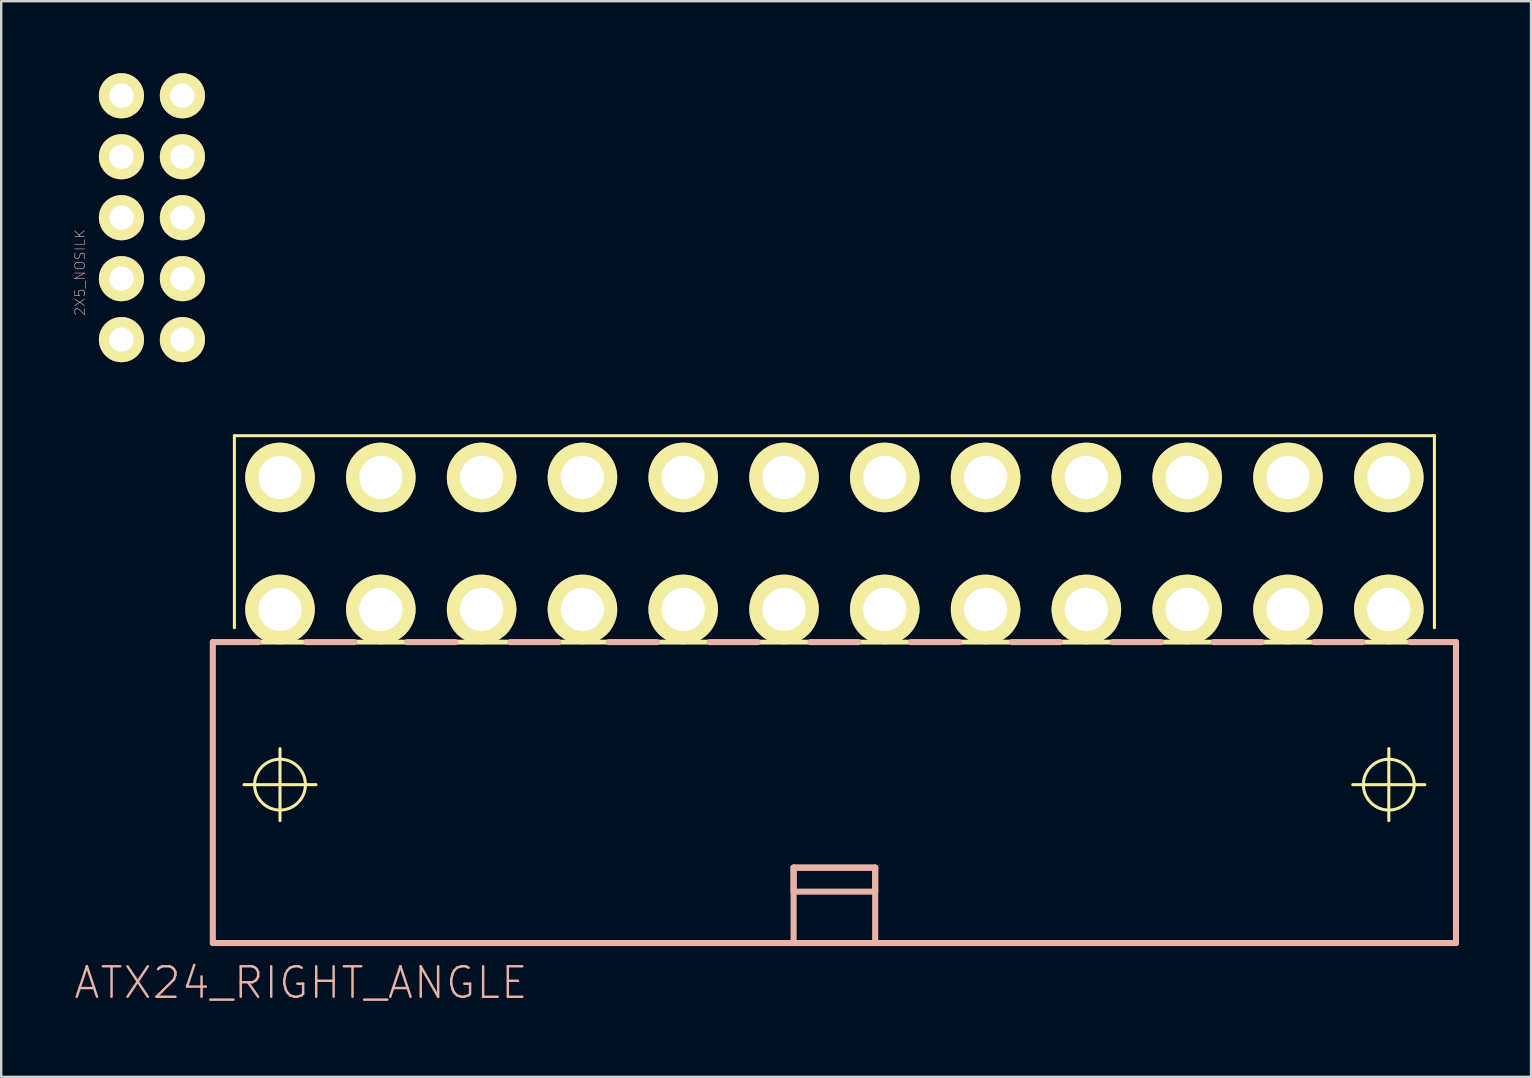
<source format=kicad_pcb>
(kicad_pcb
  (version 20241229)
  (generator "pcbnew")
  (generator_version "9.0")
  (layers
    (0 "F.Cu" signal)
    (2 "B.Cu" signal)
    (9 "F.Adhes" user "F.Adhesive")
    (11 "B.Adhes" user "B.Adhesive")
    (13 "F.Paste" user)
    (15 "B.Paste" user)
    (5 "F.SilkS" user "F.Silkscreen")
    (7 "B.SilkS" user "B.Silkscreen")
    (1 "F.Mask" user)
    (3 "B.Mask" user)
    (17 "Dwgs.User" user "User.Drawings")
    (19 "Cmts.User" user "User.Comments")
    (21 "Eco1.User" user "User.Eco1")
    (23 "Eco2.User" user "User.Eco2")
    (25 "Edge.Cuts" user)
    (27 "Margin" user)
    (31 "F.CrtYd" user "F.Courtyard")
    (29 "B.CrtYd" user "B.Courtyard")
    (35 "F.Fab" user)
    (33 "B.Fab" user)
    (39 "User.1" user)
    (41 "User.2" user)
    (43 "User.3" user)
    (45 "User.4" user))
  (footprint "ATX24_RIGHT_ANGLE"
    (layer "F.Cu")
    (at 31.715 27.102)
    (property "Reference" "ATX24_RIGHT_ANGLE" (at -22.225 10.795 0) (layer "B.SilkS") (effects (font (size 1.27 1.27) (thickness 0.102))))
    (attr exclude_from_pos_files exclude_from_bom)
    (fp_line (start -24.999 -11.999) (end 24.999 -11.999) (stroke (width 0.127) (type solid)) (layer "F.SilkS"))
    (fp_line (start -24.999 -3.998) (end -24.999 -11.999) (stroke (width 0.127) (type solid)) (layer "F.SilkS"))
    (fp_line (start -24.6 2.54) (end -21.598 2.54) (stroke (width 0.127) (type solid)) (layer "F.SilkS"))
    (fp_line (start -23.099 4.039) (end -23.099 1.039) (stroke (width 0.127) (type solid)) (layer "F.SilkS"))
    (fp_line (start 21.598 2.54) (end 24.6 2.54) (stroke (width 0.127) (type solid)) (layer "F.SilkS"))
    (fp_line (start 23.099 4.039) (end 23.099 1.039) (stroke (width 0.127) (type solid)) (layer "F.SilkS"))
    (fp_line (start 24.999 -11.999) (end 24.999 -3.998) (stroke (width 0.127) (type solid)) (layer "F.SilkS"))
    (fp_line (start 25.898 -3.399) (end -25.898 -3.399) (stroke (width 0.203) (type solid)) (layer "F.SilkS"))
    (fp_circle (center -23.099 2.54) (end -23.848 3.289) (stroke (width 0.127) (type solid)) (fill no) (layer "F.SilkS"))
    (fp_circle (center 23.099 2.54) (end 23.848 3.289) (stroke (width 0.127) (type solid)) (fill no) (layer "F.SilkS"))
    (fp_line (start -25.898 -3.399) (end -25.898 9.139) (stroke (width 0.254) (type solid)) (layer "B.SilkS"))
    (fp_line (start -25.898 -3.399) (end -23.998 -3.399) (stroke (width 0.254) (type solid)) (layer "B.SilkS"))
    (fp_line (start -25.898 9.139) (end 25.898 9.139) (stroke (width 0.254) (type solid)) (layer "B.SilkS"))
    (fp_line (start -20 -3.399) (end -21.999 -3.399) (stroke (width 0.254) (type solid)) (layer "B.SilkS"))
    (fp_line (start -15.799 -3.399) (end -17.798 -3.399) (stroke (width 0.254) (type solid)) (layer "B.SilkS"))
    (fp_line (start -11.499 -3.399) (end -13.498 -3.399) (stroke (width 0.254) (type solid)) (layer "B.SilkS"))
    (fp_line (start -7.399 -3.399) (end -9.398 -3.399) (stroke (width 0.254) (type solid)) (layer "B.SilkS"))
    (fp_line (start -3.198 -3.399) (end -5.199 -3.399) (stroke (width 0.254) (type solid)) (layer "B.SilkS"))
    (fp_line (start -1.699 5.999) (end -1.699 6.998) (stroke (width 0.254) (type solid)) (layer "B.SilkS"))
    (fp_line (start -1.699 5.999) (end 1.699 5.999) (stroke (width 0.254) (type solid)) (layer "B.SilkS"))
    (fp_line (start -1.699 6.998) (end 1.699 6.998) (stroke (width 0.254) (type solid)) (layer "B.SilkS"))
    (fp_line (start -1.699 8.999) (end -1.699 5.999) (stroke (width 0.254) (type solid)) (layer "B.SilkS"))
    (fp_line (start 0.998 -3.399) (end -0.998 -3.399) (stroke (width 0.254) (type solid)) (layer "B.SilkS"))
    (fp_line (start 1.699 5.999) (end -1.699 5.999) (stroke (width 0.254) (type solid)) (layer "B.SilkS"))
    (fp_line (start 1.699 5.999) (end 1.699 8.999) (stroke (width 0.254) (type solid)) (layer "B.SilkS"))
    (fp_line (start 1.699 6.998) (end 1.699 5.999) (stroke (width 0.254) (type solid)) (layer "B.SilkS"))
    (fp_line (start 5.199 -3.399) (end 3.198 -3.399) (stroke (width 0.254) (type solid)) (layer "B.SilkS"))
    (fp_line (start 9.398 -3.399) (end 7.399 -3.399) (stroke (width 0.254) (type solid)) (layer "B.SilkS"))
    (fp_line (start 13.599 -3.399) (end 11.598 -3.399) (stroke (width 0.254) (type solid)) (layer "B.SilkS"))
    (fp_line (start 17.798 -3.399) (end 15.799 -3.399) (stroke (width 0.254) (type solid)) (layer "B.SilkS"))
    (fp_line (start 21.999 -3.399) (end 20 -3.399) (stroke (width 0.254) (type solid)) (layer "B.SilkS"))
    (fp_line (start 25.898 -3.399) (end 23.998 -3.399) (stroke (width 0.254) (type solid)) (layer "B.SilkS"))
    (fp_line (start 25.898 9.139) (end 25.898 -3.399) (stroke (width 0.254) (type solid)) (layer "B.SilkS"))
    (pad "1" thru_hole circle (at 23.099 -4.76) (size 2.898 2.898) (drill 1.798) (layers "*.Cu" "F.Mask" "F.SilkS" "F.Paste"))
    (pad "2" thru_hole circle (at 18.898 -4.76) (size 2.898 2.898) (drill 1.798) (layers "*.Cu" "F.Mask" "F.SilkS" "F.Paste"))
    (pad "3" thru_hole circle (at 14.699 -4.76) (size 2.898 2.898) (drill 1.798) (layers "*.Cu" "F.Mask" "F.SilkS" "F.Paste"))
    (pad "4" thru_hole circle (at 10.498 -4.76) (size 2.898 2.898) (drill 1.798) (layers "*.Cu" "F.Mask" "F.SilkS" "F.Paste"))
    (pad "5" thru_hole circle (at 6.299 -4.76) (size 2.898 2.898) (drill 1.798) (layers "*.Cu" "F.Mask" "F.SilkS" "F.Paste"))
    (pad "6" thru_hole circle (at 2.098 -4.76) (size 2.898 2.898) (drill 1.798) (layers "*.Cu" "F.Mask" "F.SilkS" "F.Paste"))
    (pad "7" thru_hole circle (at -2.098 -4.76) (size 2.898 2.898) (drill 1.798) (layers "*.Cu" "F.Mask" "F.SilkS" "F.Paste"))
    (pad "8" thru_hole circle (at -6.299 -4.76) (size 2.898 2.898) (drill 1.798) (layers "*.Cu" "F.Mask" "F.SilkS" "F.Paste"))
    (pad "9" thru_hole circle (at -10.498 -4.76) (size 2.898 2.898) (drill 1.798) (layers "*.Cu" "F.Mask" "F.SilkS" "F.Paste"))
    (pad "10" thru_hole circle (at -14.699 -4.76) (size 2.898 2.898) (drill 1.798) (layers "*.Cu" "F.Mask" "F.SilkS" "F.Paste"))
    (pad "11" thru_hole circle (at -18.898 -4.76) (size 2.898 2.898) (drill 1.798) (layers "*.Cu" "F.Mask" "F.SilkS" "F.Paste"))
    (pad "12" thru_hole circle (at -23.099 -4.76) (size 2.898 2.898) (drill 1.798) (layers "*.Cu" "F.Mask" "F.SilkS" "F.Paste"))
    (pad "13" thru_hole circle (at 23.099 -10.259) (size 2.898 2.898) (drill 1.798) (layers "*.Cu" "F.Mask" "F.SilkS" "F.Paste"))
    (pad "14" thru_hole circle (at 18.898 -10.259) (size 2.898 2.898) (drill 1.798) (layers "*.Cu" "F.Mask" "F.SilkS" "F.Paste"))
    (pad "15" thru_hole circle (at 14.699 -10.259) (size 2.898 2.898) (drill 1.798) (layers "*.Cu" "F.Mask" "F.SilkS" "F.Paste"))
    (pad "16" thru_hole circle (at 10.498 -10.259) (size 2.898 2.898) (drill 1.798) (layers "*.Cu" "F.Mask" "F.SilkS" "F.Paste"))
    (pad "17" thru_hole circle (at 6.299 -10.259) (size 2.898 2.898) (drill 1.798) (layers "*.Cu" "F.Mask" "F.SilkS" "F.Paste"))
    (pad "18" thru_hole circle (at 2.098 -10.259) (size 2.898 2.898) (drill 1.798) (layers "*.Cu" "F.Mask" "F.SilkS" "F.Paste"))
    (pad "19" thru_hole circle (at -2.098 -10.259) (size 2.898 2.898) (drill 1.798) (layers "*.Cu" "F.Mask" "F.SilkS" "F.Paste"))
    (pad "20" thru_hole circle (at -6.299 -10.259) (size 2.898 2.898) (drill 1.798) (layers "*.Cu" "F.Mask" "F.SilkS" "F.Paste"))
    (pad "21" thru_hole circle (at -10.498 -10.259) (size 2.898 2.898) (drill 1.798) (layers "*.Cu" "F.Mask" "F.SilkS" "F.Paste"))
    (pad "22" thru_hole circle (at -14.699 -10.259) (size 2.898 2.898) (drill 1.798) (layers "*.Cu" "F.Mask" "F.SilkS" "F.Paste"))
    (pad "23" thru_hole circle (at -18.898 -10.259) (size 2.898 2.898) (drill 1.798) (layers "*.Cu" "F.Mask" "F.SilkS" "F.Paste"))
    (pad "24" thru_hole circle (at -23.099 -10.259) (size 2.898 2.898) (drill 1.798) (layers "*.Cu" "F.Mask" "F.SilkS" "F.Paste")))
  (footprint "2X5_NOSILK"
    (layer "F.Cu")
    (at 3.28 6.02)
    (property "Reference" "2X5_NOSILK" (at -2.997 2.286 90) (layer "B.SilkS") (effects (font (size 0.406 0.406) (thickness 0.025))))
    (attr exclude_from_pos_files exclude_from_bom)
    (fp_line (start -1.524 -5.334) (end -1.016 -5.334) (stroke (width 0.066) (type solid)) (layer "F.SilkS"))
    (fp_line (start -1.524 -4.826) (end -1.524 -5.334) (stroke (width 0.066) (type solid)) (layer "F.SilkS"))
    (fp_line (start -1.524 -4.826) (end -1.016 -4.826) (stroke (width 0.066) (type solid)) (layer "F.SilkS"))
    (fp_line (start -1.524 -2.794) (end -1.016 -2.794) (stroke (width 0.066) (type solid)) (layer "F.SilkS"))
    (fp_line (start -1.524 -2.286) (end -1.524 -2.794) (stroke (width 0.066) (type solid)) (layer "F.SilkS"))
    (fp_line (start -1.524 -2.286) (end -1.016 -2.286) (stroke (width 0.066) (type solid)) (layer "F.SilkS"))
    (fp_line (start -1.524 -0.254) (end -1.016 -0.254) (stroke (width 0.066) (type solid)) (layer "F.SilkS"))
    (fp_line (start -1.524 0.254) (end -1.524 -0.254) (stroke (width 0.066) (type solid)) (layer "F.SilkS"))
    (fp_line (start -1.524 0.254) (end -1.016 0.254) (stroke (width 0.066) (type solid)) (layer "F.SilkS"))
    (fp_line (start -1.524 2.286) (end -1.016 2.286) (stroke (width 0.066) (type solid)) (layer "F.SilkS"))
    (fp_line (start -1.524 2.794) (end -1.524 2.286) (stroke (width 0.066) (type solid)) (layer "F.SilkS"))
    (fp_line (start -1.524 2.794) (end -1.016 2.794) (stroke (width 0.066) (type solid)) (layer "F.SilkS"))
    (fp_line (start -1.524 4.826) (end -1.016 4.826) (stroke (width 0.066) (type solid)) (layer "F.SilkS"))
    (fp_line (start -1.524 5.334) (end -1.524 4.826) (stroke (width 0.066) (type solid)) (layer "F.SilkS"))
    (fp_line (start -1.524 5.334) (end -1.016 5.334) (stroke (width 0.066) (type solid)) (layer "F.SilkS"))
    (fp_line (start -1.016 -4.826) (end -1.016 -5.334) (stroke (width 0.066) (type solid)) (layer "F.SilkS"))
    (fp_line (start -1.016 -2.286) (end -1.016 -2.794) (stroke (width 0.066) (type solid)) (layer "F.SilkS"))
    (fp_line (start -1.016 0.254) (end -1.016 -0.254) (stroke (width 0.066) (type solid)) (layer "F.SilkS"))
    (fp_line (start -1.016 2.794) (end -1.016 2.286) (stroke (width 0.066) (type solid)) (layer "F.SilkS"))
    (fp_line (start -1.016 5.334) (end -1.016 4.826) (stroke (width 0.066) (type solid)) (layer "F.SilkS"))
    (fp_line (start 1.016 -5.334) (end 1.524 -5.334) (stroke (width 0.066) (type solid)) (layer "F.SilkS"))
    (fp_line (start 1.016 -4.826) (end 1.016 -5.334) (stroke (width 0.066) (type solid)) (layer "F.SilkS"))
    (fp_line (start 1.016 -4.826) (end 1.524 -4.826) (stroke (width 0.066) (type solid)) (layer "F.SilkS"))
    (fp_line (start 1.016 -2.794) (end 1.524 -2.794) (stroke (width 0.066) (type solid)) (layer "F.SilkS"))
    (fp_line (start 1.016 -2.286) (end 1.016 -2.794) (stroke (width 0.066) (type solid)) (layer "F.SilkS"))
    (fp_line (start 1.016 -2.286) (end 1.524 -2.286) (stroke (width 0.066) (type solid)) (layer "F.SilkS"))
    (fp_line (start 1.016 -0.254) (end 1.524 -0.254) (stroke (width 0.066) (type solid)) (layer "F.SilkS"))
    (fp_line (start 1.016 0.254) (end 1.016 -0.254) (stroke (width 0.066) (type solid)) (layer "F.SilkS"))
    (fp_line (start 1.016 0.254) (end 1.524 0.254) (stroke (width 0.066) (type solid)) (layer "F.SilkS"))
    (fp_line (start 1.016 2.286) (end 1.524 2.286) (stroke (width 0.066) (type solid)) (layer "F.SilkS"))
    (fp_line (start 1.016 2.794) (end 1.016 2.286) (stroke (width 0.066) (type solid)) (layer "F.SilkS"))
    (fp_line (start 1.016 2.794) (end 1.524 2.794) (stroke (width 0.066) (type solid)) (layer "F.SilkS"))
    (fp_line (start 1.016 4.826) (end 1.524 4.826) (stroke (width 0.066) (type solid)) (layer "F.SilkS"))
    (fp_line (start 1.016 5.334) (end 1.016 4.826) (stroke (width 0.066) (type solid)) (layer "F.SilkS"))
    (fp_line (start 1.016 5.334) (end 1.524 5.334) (stroke (width 0.066) (type solid)) (layer "F.SilkS"))
    (fp_line (start 1.524 -4.826) (end 1.524 -5.334) (stroke (width 0.066) (type solid)) (layer "F.SilkS"))
    (fp_line (start 1.524 -2.286) (end 1.524 -2.794) (stroke (width 0.066) (type solid)) (layer "F.SilkS"))
    (fp_line (start 1.524 0.254) (end 1.524 -0.254) (stroke (width 0.066) (type solid)) (layer "F.SilkS"))
    (fp_line (start 1.524 2.794) (end 1.524 2.286) (stroke (width 0.066) (type solid)) (layer "F.SilkS"))
    (fp_line (start 1.524 5.334) (end 1.524 4.826) (stroke (width 0.066) (type solid)) (layer "F.SilkS"))
    (pad "1" thru_hole circle (at -1.27 -5.08) (size 1.88 1.88) (drill 1.016) (layers "*.Cu" "F.Mask" "F.SilkS" "F.Paste"))
    (pad "2" thru_hole circle (at 1.27 -5.08) (size 1.88 1.88) (drill 1.016) (layers "*.Cu" "F.Mask" "F.SilkS" "F.Paste"))
    (pad "3" thru_hole circle (at -1.27 -2.54) (size 1.88 1.88) (drill 1.016) (layers "*.Cu" "F.Mask" "F.SilkS" "F.Paste"))
    (pad "4" thru_hole circle (at 1.27 -2.54) (size 1.88 1.88) (drill 1.016) (layers "*.Cu" "F.Mask" "F.SilkS" "F.Paste"))
    (pad "5" thru_hole circle (at -1.27 0) (size 1.88 1.88) (drill 1.016) (layers "*.Cu" "F.Mask" "F.SilkS" "F.Paste"))
    (pad "6" thru_hole circle (at 1.27 0) (size 1.88 1.88) (drill 1.016) (layers "*.Cu" "F.Mask" "F.SilkS" "F.Paste"))
    (pad "7" thru_hole circle (at -1.27 2.54) (size 1.88 1.88) (drill 1.016) (layers "*.Cu" "F.Mask" "F.SilkS" "F.Paste"))
    (pad "8" thru_hole circle (at 1.27 2.54) (size 1.88 1.88) (drill 1.016) (layers "*.Cu" "F.Mask" "F.SilkS" "F.Paste"))
    (pad "9" thru_hole circle (at -1.27 5.08) (size 1.88 1.88) (drill 1.016) (layers "*.Cu" "F.Mask" "F.SilkS" "F.Paste"))
    (pad "10" thru_hole circle (at 1.27 5.08) (size 1.88 1.88) (drill 1.016) (layers "*.Cu" "F.Mask" "F.SilkS" "F.Paste")))
  (gr_rect
    (start -3 -3)
    (end 60.74 41.818)
    (stroke (width 0.1) (type default))
    (fill no)
    (layer "Edge.Cuts")))
</source>
